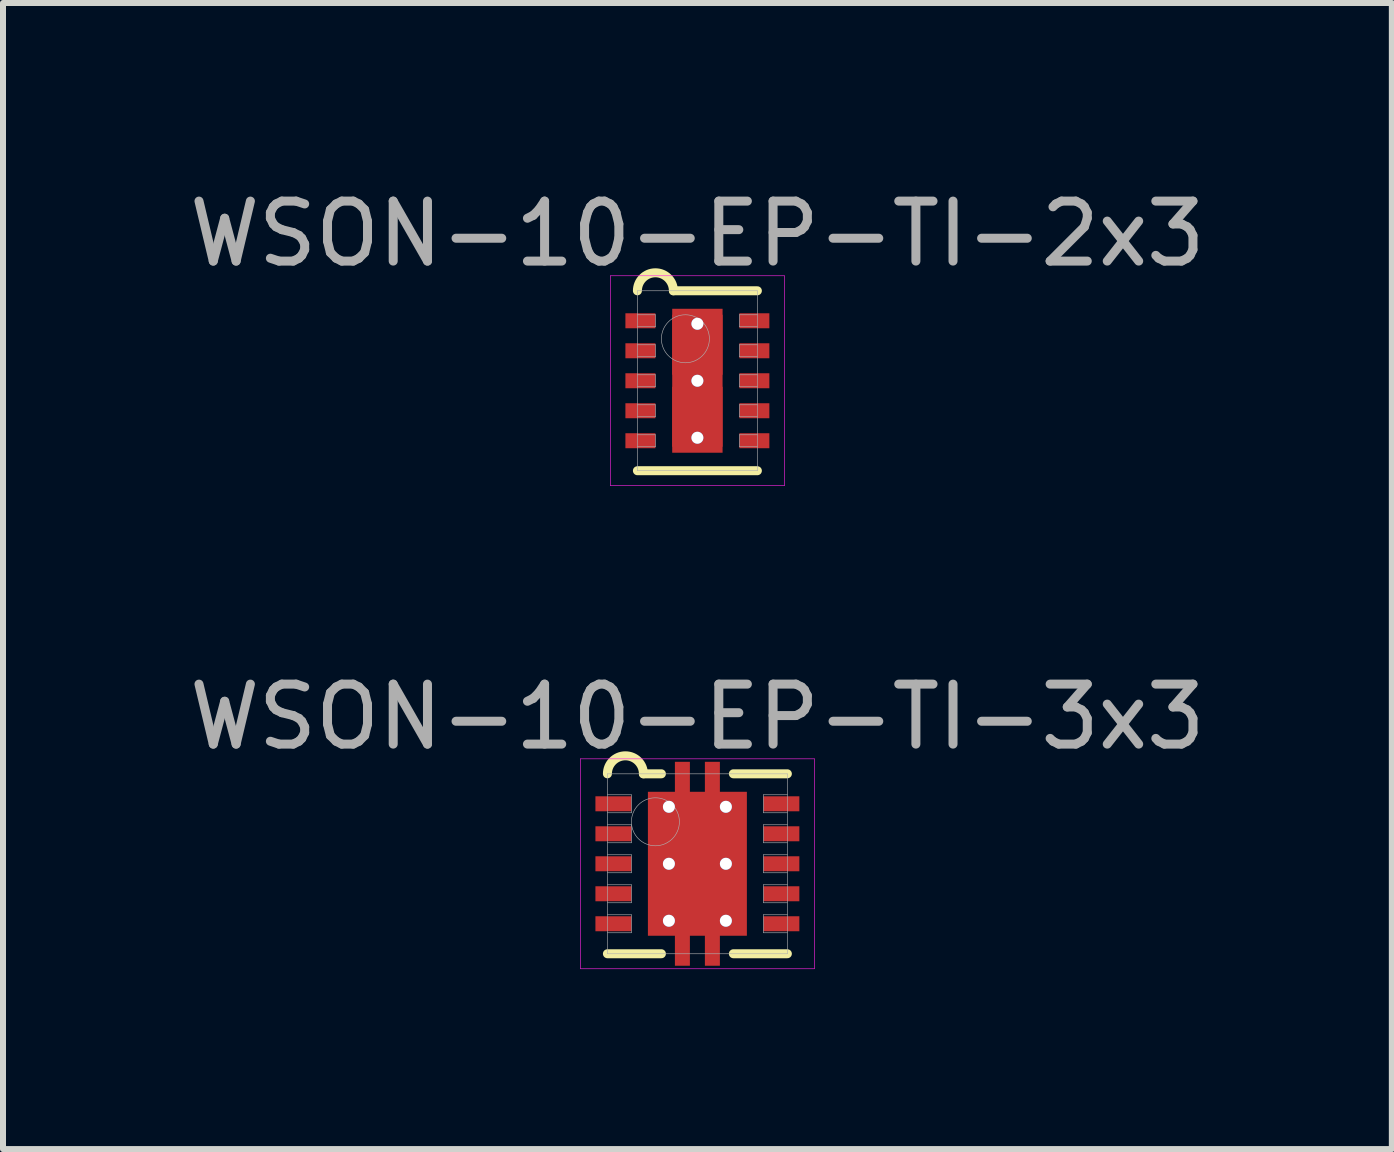
<source format=kicad_pcb>
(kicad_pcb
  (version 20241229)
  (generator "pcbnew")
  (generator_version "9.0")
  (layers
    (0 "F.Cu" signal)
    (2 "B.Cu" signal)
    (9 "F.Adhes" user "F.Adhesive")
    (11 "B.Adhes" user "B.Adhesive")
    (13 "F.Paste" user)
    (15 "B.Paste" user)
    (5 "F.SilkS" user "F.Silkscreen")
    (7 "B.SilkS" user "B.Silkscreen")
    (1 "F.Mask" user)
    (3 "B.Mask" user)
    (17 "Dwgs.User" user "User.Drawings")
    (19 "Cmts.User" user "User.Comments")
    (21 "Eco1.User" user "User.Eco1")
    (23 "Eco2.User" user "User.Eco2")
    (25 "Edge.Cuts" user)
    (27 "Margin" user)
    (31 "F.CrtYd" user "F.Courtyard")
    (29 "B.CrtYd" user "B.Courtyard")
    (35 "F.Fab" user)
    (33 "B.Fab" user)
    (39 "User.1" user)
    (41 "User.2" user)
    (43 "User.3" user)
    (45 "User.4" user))
  (footprint "WSON-10-EP-TI-3x3"
    (layer "F.Cu")
    (at 8.577 11.351)
    (property "Reference" "WSON-10-EP-TI-3x3" (at 0 -2.45 0) (layer "F.Fab") (effects (font (size 1 1) (thickness 0.15))))
    (attr smd)
    (fp_line (start -1.5 1.5) (end -0.6 1.5) (stroke (width 0.15) (type solid)) (layer "F.SilkS"))
    (fp_line (start -0.9 -1.5) (end -0.6 -1.5) (stroke (width 0.15) (type solid)) (layer "F.SilkS"))
    (fp_line (start 0.6 -1.5) (end 1.5 -1.5) (stroke (width 0.15) (type solid)) (layer "F.SilkS"))
    (fp_line (start 0.6 1.5) (end 1.5 1.5) (stroke (width 0.15) (type solid)) (layer "F.SilkS"))
    (fp_arc (start -1.5 -1.5) (mid -1.2 -1.8) (end -0.9 -1.5) (stroke (width 0.15) (type solid)) (layer "F.SilkS"))
    (fp_line (start -1.95 -1.75) (end 1.95 -1.75) (stroke (width 0.01) (type solid)) (layer "F.CrtYd"))
    (fp_line (start -1.95 1.75) (end -1.95 -1.75) (stroke (width 0.01) (type solid)) (layer "F.CrtYd"))
    (fp_line (start 1.95 -1.75) (end 1.95 1.75) (stroke (width 0.01) (type solid)) (layer "F.CrtYd"))
    (fp_line (start 1.95 1.75) (end -1.95 1.75) (stroke (width 0.01) (type solid)) (layer "F.CrtYd"))
    (fp_line (start -1.5 -1.5) (end 1.5 -1.5) (stroke (width 0.01) (type solid)) (layer "F.Fab"))
    (fp_line (start -1.5 -0.85) (end -1.1 -0.85) (stroke (width 0.01) (type solid)) (layer "F.Fab"))
    (fp_line (start -1.5 -0.35) (end -1.1 -0.35) (stroke (width 0.01) (type solid)) (layer "F.Fab"))
    (fp_line (start -1.5 0.15) (end -1.1 0.15) (stroke (width 0.01) (type solid)) (layer "F.Fab"))
    (fp_line (start -1.5 0.65) (end -1.1 0.65) (stroke (width 0.01) (type solid)) (layer "F.Fab"))
    (fp_line (start -1.5 1.15) (end -1.1 1.15) (stroke (width 0.01) (type solid)) (layer "F.Fab"))
    (fp_line (start -1.5 1.5) (end -1.5 -1.5) (stroke (width 0.01) (type solid)) (layer "F.Fab"))
    (fp_line (start -1.1 -1.15) (end -1.5 -1.15) (stroke (width 0.01) (type solid)) (layer "F.Fab"))
    (fp_line (start -1.1 -0.85) (end -1.1 -1.15) (stroke (width 0.01) (type solid)) (layer "F.Fab"))
    (fp_line (start -1.1 -0.65) (end -1.5 -0.65) (stroke (width 0.01) (type solid)) (layer "F.Fab"))
    (fp_line (start -1.1 -0.35) (end -1.1 -0.65) (stroke (width 0.01) (type solid)) (layer "F.Fab"))
    (fp_line (start -1.1 -0.15) (end -1.5 -0.15) (stroke (width 0.01) (type solid)) (layer "F.Fab"))
    (fp_line (start -1.1 0.15) (end -1.1 -0.15) (stroke (width 0.01) (type solid)) (layer "F.Fab"))
    (fp_line (start -1.1 0.35) (end -1.5 0.35) (stroke (width 0.01) (type solid)) (layer "F.Fab"))
    (fp_line (start -1.1 0.65) (end -1.1 0.35) (stroke (width 0.01) (type solid)) (layer "F.Fab"))
    (fp_line (start -1.1 0.85) (end -1.5 0.85) (stroke (width 0.01) (type solid)) (layer "F.Fab"))
    (fp_line (start -1.1 1.15) (end -1.1 0.85) (stroke (width 0.01) (type solid)) (layer "F.Fab"))
    (fp_line (start 1.1 -1.15) (end 1.1 -0.85) (stroke (width 0.01) (type solid)) (layer "F.Fab"))
    (fp_line (start 1.1 -0.85) (end 1.5 -0.85) (stroke (width 0.01) (type solid)) (layer "F.Fab"))
    (fp_line (start 1.1 -0.65) (end 1.1 -0.35) (stroke (width 0.01) (type solid)) (layer "F.Fab"))
    (fp_line (start 1.1 -0.35) (end 1.5 -0.35) (stroke (width 0.01) (type solid)) (layer "F.Fab"))
    (fp_line (start 1.1 -0.15) (end 1.1 0.15) (stroke (width 0.01) (type solid)) (layer "F.Fab"))
    (fp_line (start 1.1 0.15) (end 1.5 0.15) (stroke (width 0.01) (type solid)) (layer "F.Fab"))
    (fp_line (start 1.1 0.35) (end 1.1 0.65) (stroke (width 0.01) (type solid)) (layer "F.Fab"))
    (fp_line (start 1.1 0.65) (end 1.5 0.65) (stroke (width 0.01) (type solid)) (layer "F.Fab"))
    (fp_line (start 1.1 0.85) (end 1.1 1.15) (stroke (width 0.01) (type solid)) (layer "F.Fab"))
    (fp_line (start 1.1 1.15) (end 1.5 1.15) (stroke (width 0.01) (type solid)) (layer "F.Fab"))
    (fp_line (start 1.5 -1.5) (end 1.5 1.5) (stroke (width 0.01) (type solid)) (layer "F.Fab"))
    (fp_line (start 1.5 -1.15) (end 1.1 -1.15) (stroke (width 0.01) (type solid)) (layer "F.Fab"))
    (fp_line (start 1.5 -0.65) (end 1.1 -0.65) (stroke (width 0.01) (type solid)) (layer "F.Fab"))
    (fp_line (start 1.5 -0.15) (end 1.1 -0.15) (stroke (width 0.01) (type solid)) (layer "F.Fab"))
    (fp_line (start 1.5 0.35) (end 1.1 0.35) (stroke (width 0.01) (type solid)) (layer "F.Fab"))
    (fp_line (start 1.5 0.85) (end 1.1 0.85) (stroke (width 0.01) (type solid)) (layer "F.Fab"))
    (fp_line (start 1.5 1.5) (end -1.5 1.5) (stroke (width 0.01) (type solid)) (layer "F.Fab"))
    (fp_circle (center -0.7 -0.7) (end -0.7 -0.3) (stroke (width 0.01) (type solid)) (fill no) (layer "F.Fab"))
    (pad "" smd rect (at 0 -0.6) (size 0.84 1) (layers "F.Paste"))
    (pad "" smd rect (at 0 0.6) (size 0.84 1) (layers "F.Paste"))
    (pad "1" smd rect (at -1.4 -1) (size 0.6 0.25) (layers "F.Cu" "F.Mask" "F.Paste"))
    (pad "2" smd rect (at -1.4 -0.5) (size 0.6 0.25) (layers "F.Cu" "F.Mask" "F.Paste"))
    (pad "3" smd rect (at -1.4 0) (size 0.6 0.25) (layers "F.Cu" "F.Mask" "F.Paste"))
    (pad "4" smd rect (at -1.4 0.5) (size 0.6 0.25) (layers "F.Cu" "F.Mask" "F.Paste"))
    (pad "5" smd rect (at -1.4 1) (size 0.6 0.25) (layers "F.Cu" "F.Mask" "F.Paste"))
    (pad "6" smd rect (at 1.4 1) (size 0.6 0.25) (layers "F.Cu" "F.Mask" "F.Paste"))
    (pad "7" smd rect (at 1.4 0.5) (size 0.6 0.25) (layers "F.Cu" "F.Mask" "F.Paste"))
    (pad "8" smd rect (at 1.4 0) (size 0.6 0.25) (layers "F.Cu" "F.Mask" "F.Paste"))
    (pad "9" smd rect (at 1.4 -0.5) (size 0.6 0.25) (layers "F.Cu" "F.Mask" "F.Paste"))
    (pad "10" smd rect (at 1.4 -1) (size 0.6 0.25) (layers "F.Cu" "F.Mask" "F.Paste"))
    (pad "EP" thru_hole circle (at -0.475 -0.95) (size 0.2 0.2) (drill 0.2) (layers "*.Cu"))
    (pad "EP" thru_hole circle (at -0.475 0) (size 0.2 0.2) (drill 0.2) (layers "*.Cu"))
    (pad "EP" thru_hole circle (at -0.475 0.95) (size 0.2 0.2) (drill 0.2) (layers "*.Cu"))
    (pad "EP" smd rect (at -0.25 -1.4 90) (size 0.6 0.25) (layers "F.Cu" "F.Mask" "F.Paste"))
    (pad "EP" smd rect (at -0.25 1.4 90) (size 0.6 0.25) (layers "F.Cu" "F.Mask" "F.Paste"))
    (pad "EP" smd rect (at 0 0) (size 1.65 2.4) (layers "F.Cu" "F.Mask"))
    (pad "EP" smd rect (at 0.25 -1.4 90) (size 0.6 0.25) (layers "F.Cu" "F.Mask" "F.Paste"))
    (pad "EP" smd rect (at 0.25 1.4 90) (size 0.6 0.25) (layers "F.Cu" "F.Mask" "F.Paste"))
    (pad "EP" thru_hole circle (at 0.475 -0.95) (size 0.2 0.2) (drill 0.2) (layers "*.Cu"))
    (pad "EP" thru_hole circle (at 0.475 0) (size 0.2 0.2) (drill 0.2) (layers "*.Cu"))
    (pad "EP" thru_hole circle (at 0.475 0.95) (size 0.2 0.2) (drill 0.2) (layers "*.Cu")))
  (footprint "WSON-10-EP-TI-2x3"
    (layer "F.Cu")
    (at 8.577 3.298)
    (property "Reference" "WSON-10-EP-TI-2x3" (at 0 -2.45 0) (layer "F.Fab") (effects (font (size 1 1) (thickness 0.15))))
    (attr through_hole)
    (fp_line (start -1 1.5) (end 1 1.5) (stroke (width 0.15) (type solid)) (layer "F.SilkS"))
    (fp_line (start -0.4 -1.5) (end 1 -1.5) (stroke (width 0.15) (type solid)) (layer "F.SilkS"))
    (fp_arc (start -1 -1.5) (mid -0.7 -1.8) (end -0.4 -1.5) (stroke (width 0.15) (type solid)) (layer "F.SilkS"))
    (fp_line (start -1.45 -1.75) (end 1.45 -1.75) (stroke (width 0.01) (type solid)) (layer "F.CrtYd"))
    (fp_line (start -1.45 1.75) (end -1.45 -1.75) (stroke (width 0.01) (type solid)) (layer "F.CrtYd"))
    (fp_line (start 1.45 -1.75) (end 1.45 1.75) (stroke (width 0.01) (type solid)) (layer "F.CrtYd"))
    (fp_line (start 1.45 1.75) (end -1.45 1.75) (stroke (width 0.01) (type solid)) (layer "F.CrtYd"))
    (fp_line (start -1 -1.5) (end 1 -1.5) (stroke (width 0.01) (type solid)) (layer "F.Fab"))
    (fp_line (start -1 -0.9) (end -0.7 -0.9) (stroke (width 0.01) (type solid)) (layer "F.Fab"))
    (fp_line (start -1 -0.4) (end -0.7 -0.4) (stroke (width 0.01) (type solid)) (layer "F.Fab"))
    (fp_line (start -1 0.1) (end -0.7 0.1) (stroke (width 0.01) (type solid)) (layer "F.Fab"))
    (fp_line (start -1 0.6) (end -0.7 0.6) (stroke (width 0.01) (type solid)) (layer "F.Fab"))
    (fp_line (start -1 1.1) (end -0.7 1.1) (stroke (width 0.01) (type solid)) (layer "F.Fab"))
    (fp_line (start -1 1.5) (end -1 -1.5) (stroke (width 0.01) (type solid)) (layer "F.Fab"))
    (fp_line (start -0.7 -1.1) (end -1 -1.1) (stroke (width 0.01) (type solid)) (layer "F.Fab"))
    (fp_line (start -0.7 -0.9) (end -0.7 -1.1) (stroke (width 0.01) (type solid)) (layer "F.Fab"))
    (fp_line (start -0.7 -0.6) (end -1 -0.6) (stroke (width 0.01) (type solid)) (layer "F.Fab"))
    (fp_line (start -0.7 -0.4) (end -0.7 -0.6) (stroke (width 0.01) (type solid)) (layer "F.Fab"))
    (fp_line (start -0.7 -0.1) (end -1 -0.1) (stroke (width 0.01) (type solid)) (layer "F.Fab"))
    (fp_line (start -0.7 0.1) (end -0.7 -0.1) (stroke (width 0.01) (type solid)) (layer "F.Fab"))
    (fp_line (start -0.7 0.4) (end -1 0.4) (stroke (width 0.01) (type solid)) (layer "F.Fab"))
    (fp_line (start -0.7 0.6) (end -0.7 0.4) (stroke (width 0.01) (type solid)) (layer "F.Fab"))
    (fp_line (start -0.7 0.9) (end -1 0.9) (stroke (width 0.01) (type solid)) (layer "F.Fab"))
    (fp_line (start -0.7 1.1) (end -0.7 0.9) (stroke (width 0.01) (type solid)) (layer "F.Fab"))
    (fp_line (start 0.7 -1.1) (end 0.7 -0.9) (stroke (width 0.01) (type solid)) (layer "F.Fab"))
    (fp_line (start 0.7 -0.9) (end 1 -0.9) (stroke (width 0.01) (type solid)) (layer "F.Fab"))
    (fp_line (start 0.7 -0.6) (end 0.7 -0.4) (stroke (width 0.01) (type solid)) (layer "F.Fab"))
    (fp_line (start 0.7 -0.4) (end 1 -0.4) (stroke (width 0.01) (type solid)) (layer "F.Fab"))
    (fp_line (start 0.7 -0.1) (end 0.7 0.1) (stroke (width 0.01) (type solid)) (layer "F.Fab"))
    (fp_line (start 0.7 0.1) (end 1 0.1) (stroke (width 0.01) (type solid)) (layer "F.Fab"))
    (fp_line (start 0.7 0.4) (end 0.7 0.6) (stroke (width 0.01) (type solid)) (layer "F.Fab"))
    (fp_line (start 0.7 0.6) (end 1 0.6) (stroke (width 0.01) (type solid)) (layer "F.Fab"))
    (fp_line (start 0.7 0.9) (end 0.7 1.1) (stroke (width 0.01) (type solid)) (layer "F.Fab"))
    (fp_line (start 0.7 1.1) (end 1 1.1) (stroke (width 0.01) (type solid)) (layer "F.Fab"))
    (fp_line (start 1 -1.5) (end 1 1.5) (stroke (width 0.01) (type solid)) (layer "F.Fab"))
    (fp_line (start 1 -1.1) (end 0.7 -1.1) (stroke (width 0.01) (type solid)) (layer "F.Fab"))
    (fp_line (start 1 -0.6) (end 0.7 -0.6) (stroke (width 0.01) (type solid)) (layer "F.Fab"))
    (fp_line (start 1 -0.1) (end 0.7 -0.1) (stroke (width 0.01) (type solid)) (layer "F.Fab"))
    (fp_line (start 1 0.4) (end 0.7 0.4) (stroke (width 0.01) (type solid)) (layer "F.Fab"))
    (fp_line (start 1 0.9) (end 0.7 0.9) (stroke (width 0.01) (type solid)) (layer "F.Fab"))
    (fp_line (start 1 1.5) (end -1 1.5) (stroke (width 0.01) (type solid)) (layer "F.Fab"))
    (fp_circle (center -0.2 -0.7) (end -0.2 -0.3) (stroke (width 0.01) (type solid)) (fill no) (layer "F.Fab"))
    (pad "1" smd rect (at -0.95 -1) (size 0.5 0.25) (layers "F.Cu" "F.Mask" "F.Paste"))
    (pad "2" smd rect (at -0.95 -0.5) (size 0.5 0.25) (layers "F.Cu" "F.Mask" "F.Paste"))
    (pad "3" smd rect (at -0.95 0) (size 0.5 0.25) (layers "F.Cu" "F.Mask" "F.Paste"))
    (pad "4" smd rect (at -0.95 0.5) (size 0.5 0.25) (layers "F.Cu" "F.Mask" "F.Paste"))
    (pad "5" smd rect (at -0.95 1) (size 0.5 0.25) (layers "F.Cu" "F.Mask" "F.Paste"))
    (pad "6" smd rect (at 0.95 1) (size 0.5 0.25) (layers "F.Cu" "F.Mask" "F.Paste"))
    (pad "7" smd rect (at 0.95 0.5) (size 0.5 0.25) (layers "F.Cu" "F.Mask" "F.Paste"))
    (pad "8" smd rect (at 0.95 0) (size 0.5 0.25) (layers "F.Cu" "F.Mask" "F.Paste"))
    (pad "9" smd rect (at 0.95 -0.5) (size 0.5 0.25) (layers "F.Cu" "F.Mask" "F.Paste"))
    (pad "10" smd rect (at 0.95 -1) (size 0.5 0.25) (layers "F.Cu" "F.Mask" "F.Paste"))
    (pad "EP" thru_hole circle (at 0 -0.95) (size 0.2 0.2) (drill 0.2) (layers "*.Cu"))
    (pad "EP" smd rect (at 0 -0.6) (size 0.84 1) (layers "F.Cu" "F.Paste"))
    (pad "EP" thru_hole circle (at 0 0) (size 0.2 0.2) (drill 0.2) (layers "*.Cu"))
    (pad "EP" smd rect (at 0 0) (size 0.84 2.4) (layers "F.Cu" "F.Mask"))
    (pad "EP" smd rect (at 0 0.6) (size 0.84 1) (layers "F.Cu" "F.Paste"))
    (pad "EP" thru_hole circle (at 0 0.95) (size 0.2 0.2) (drill 0.2) (layers "*.Cu")))
  (gr_rect
    (start -3 -3)
    (end 20.155 16.107)
    (stroke (width 0.1) (type default))
    (fill no)
    (layer "Edge.Cuts")))
</source>
